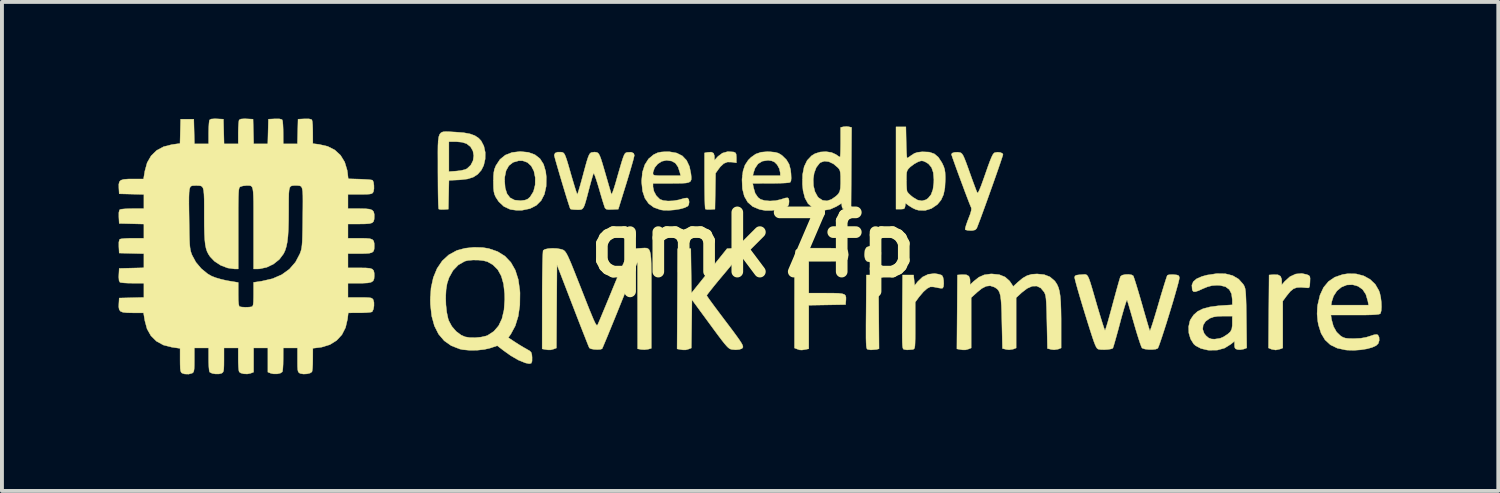
<source format=kicad_pcb>
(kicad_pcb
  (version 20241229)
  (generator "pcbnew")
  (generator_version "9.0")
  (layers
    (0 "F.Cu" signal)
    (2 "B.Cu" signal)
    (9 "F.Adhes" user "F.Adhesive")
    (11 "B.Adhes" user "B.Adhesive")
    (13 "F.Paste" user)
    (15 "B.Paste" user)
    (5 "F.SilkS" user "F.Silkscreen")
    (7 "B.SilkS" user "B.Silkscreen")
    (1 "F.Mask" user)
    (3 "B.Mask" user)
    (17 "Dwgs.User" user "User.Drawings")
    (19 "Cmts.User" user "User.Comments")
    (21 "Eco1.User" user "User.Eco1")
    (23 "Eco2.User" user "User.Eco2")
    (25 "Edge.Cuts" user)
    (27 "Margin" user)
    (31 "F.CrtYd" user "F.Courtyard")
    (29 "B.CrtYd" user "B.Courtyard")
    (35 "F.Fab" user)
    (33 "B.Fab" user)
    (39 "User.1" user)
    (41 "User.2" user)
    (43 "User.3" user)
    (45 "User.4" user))
  (footprint "qmk7fp"
    (layer "F.Cu")
    (at 16.314 3.247)
    (property "Reference" "qmk7fp" (at 0 0 0) (layer "F.SilkS") (effects (font (size 1.524 1.524) (thickness 0.3))))
    (attr through_hole)
    (fp_poly (pts (xy 3.246 2.674) (xy 3.182 2.691) (xy 3.035 2.703) (xy 2.956 2.69) (xy 2.942 2.683) (xy 2.932 2.667) (xy 2.924 2.637) (xy 2.918 2.586) (xy 2.914 2.509) (xy 2.911 2.4) (xy 2.911 2.253) (xy 2.911 2.064) (xy 2.913 1.825) (xy 2.914 1.726) (xy 2.921 0.776) (xy 3.231 0.776) (xy 3.246 2.674)) (stroke (width 0.01) (type solid)) (fill yes) (layer "F.SilkS"))
    (fp_poly (pts (xy 3.195 0.048) (xy 3.267 0.106) (xy 3.296 0.2) (xy 3.293 0.263) (xy 3.272 0.346) (xy 3.238 0.406) (xy 3.228 0.415) (xy 3.153 0.444) (xy 3.055 0.45) (xy 2.963 0.434) (xy 2.924 0.415) (xy 2.89 0.368) (xy 2.875 0.284) (xy 2.874 0.24) (xy 2.886 0.13) (xy 2.927 0.064) (xy 3.007 0.033) (xy 3.082 0.028) (xy 3.195 0.048)) (stroke (width 0.01) (type solid)) (fill yes) (layer "F.SilkS"))
    (fp_poly (pts (xy -0.498 -2.388) (xy -0.496 -2.388) (xy -0.451 -2.37) (xy -0.43 -2.335) (xy -0.424 -2.266) (xy -0.423 -2.24) (xy -0.423 -2.109) (xy -0.535 -2.127) (xy -0.651 -2.13) (xy -0.747 -2.092) (xy -0.837 -2.007) (xy -0.872 -1.961) (xy -0.958 -1.841) (xy -0.974 -0.917) (xy -1.088 -0.909) (xy -1.164 -0.908) (xy -1.215 -0.917) (xy -1.222 -0.921) (xy -1.227 -0.953) (xy -1.232 -1.034) (xy -1.236 -1.157) (xy -1.239 -1.312) (xy -1.241 -1.492) (xy -1.242 -1.652) (xy -1.242 -2.364) (xy -1.168 -2.378) (xy -1.069 -2.385) (xy -1.011 -2.357) (xy -0.989 -2.291) (xy -0.988 -2.269) (xy -0.988 -2.174) (xy -0.896 -2.274) (xy -0.782 -2.359) (xy -0.644 -2.398) (xy -0.498 -2.388)) (stroke (width 0.01) (type solid)) (fill yes) (layer "F.SilkS"))
    (fp_poly (pts (xy 14.249 0.765) (xy 14.3 0.786) (xy 14.326 0.813) (xy 14.334 0.863) (xy 14.331 0.952) (xy 14.331 0.956) (xy 14.325 1.046) (xy 14.313 1.092) (xy 14.29 1.108) (xy 14.252 1.106) (xy 14.102 1.093) (xy 13.991 1.099) (xy 13.904 1.132) (xy 13.824 1.198) (xy 13.737 1.305) (xy 13.712 1.338) (xy 13.631 1.448) (xy 13.631 2.654) (xy 13.559 2.682) (xy 13.45 2.706) (xy 13.345 2.687) (xy 13.328 2.68) (xy 13.264 2.654) (xy 13.279 0.776) (xy 13.401 0.767) (xy 13.508 0.772) (xy 13.572 0.807) (xy 13.601 0.879) (xy 13.604 0.928) (xy 13.605 1.03) (xy 13.681 0.941) (xy 13.816 0.819) (xy 13.964 0.751) (xy 14.121 0.737) (xy 14.249 0.765)) (stroke (width 0.01) (type solid)) (fill yes) (layer "F.SilkS"))
    (fp_poly (pts (xy 4.689 0.741) (xy 4.779 0.756) (xy 4.849 0.778) (xy 4.867 0.789) (xy 4.892 0.836) (xy 4.907 0.913) (xy 4.911 0.999) (xy 4.904 1.074) (xy 4.883 1.114) (xy 4.883 1.114) (xy 4.841 1.118) (xy 4.768 1.107) (xy 4.738 1.1) (xy 4.649 1.083) (xy 4.573 1.081) (xy 4.559 1.084) (xy 4.481 1.125) (xy 4.386 1.21) (xy 4.282 1.333) (xy 4.257 1.366) (xy 4.177 1.476) (xy 4.177 2.075) (xy 4.177 2.274) (xy 4.176 2.423) (xy 4.173 2.53) (xy 4.169 2.602) (xy 4.161 2.648) (xy 4.15 2.673) (xy 4.134 2.685) (xy 4.113 2.692) (xy 3.966 2.703) (xy 3.887 2.69) (xy 3.874 2.683) (xy 3.863 2.667) (xy 3.855 2.637) (xy 3.849 2.586) (xy 3.845 2.509) (xy 3.843 2.4) (xy 3.842 2.253) (xy 3.843 2.064) (xy 3.844 1.825) (xy 3.845 1.726) (xy 3.852 0.776) (xy 4.135 0.776) (xy 4.149 0.911) (xy 4.163 1.045) (xy 4.242 0.946) (xy 4.366 0.828) (xy 4.512 0.758) (xy 4.669 0.739) (xy 4.689 0.741)) (stroke (width 0.01) (type solid)) (fill yes) (layer "F.SilkS"))
    (fp_poly (pts (xy 2 0.086) (xy 2.172 0.089) (xy 2.297 0.095) (xy 2.377 0.104) (xy 2.418 0.116) (xy 2.421 0.119) (xy 2.446 0.174) (xy 2.454 0.256) (xy 2.445 0.338) (xy 2.421 0.389) (xy 2.384 0.404) (xy 2.302 0.414) (xy 2.172 0.42) (xy 1.99 0.423) (xy 1.913 0.423) (xy 1.439 0.423) (xy 1.439 1.242) (xy 1.887 1.242) (xy 2.071 1.243) (xy 2.205 1.247) (xy 2.297 1.258) (xy 2.355 1.277) (xy 2.385 1.308) (xy 2.396 1.354) (xy 2.395 1.417) (xy 2.394 1.43) (xy 2.385 1.538) (xy 1.439 1.554) (xy 1.439 2.674) (xy 1.351 2.692) (xy 1.265 2.706) (xy 1.204 2.703) (xy 1.139 2.681) (xy 1.136 2.68) (xy 1.072 2.655) (xy 1.072 1.414) (xy 1.073 1.113) (xy 1.073 0.864) (xy 1.075 0.661) (xy 1.077 0.5) (xy 1.08 0.375) (xy 1.084 0.283) (xy 1.09 0.216) (xy 1.097 0.172) (xy 1.106 0.144) (xy 1.117 0.129) (xy 1.139 0.114) (xy 1.177 0.103) (xy 1.238 0.095) (xy 1.328 0.089) (xy 1.456 0.086) (xy 1.628 0.085) (xy 1.774 0.085) (xy 2 0.086)) (stroke (width 0.01) (type solid)) (fill yes) (layer "F.SilkS"))
    (fp_poly (pts (xy -0.348 0.099) (xy -0.322 0.123) (xy -0.321 0.127) (xy -0.314 0.156) (xy -0.319 0.19) (xy -0.338 0.234) (xy -0.376 0.295) (xy -0.436 0.377) (xy -0.522 0.485) (xy -0.638 0.626) (xy -0.773 0.787) (xy -0.892 0.929) (xy -0.997 1.057) (xy -1.083 1.165) (xy -1.146 1.246) (xy -1.181 1.294) (xy -1.185 1.303) (xy -1.169 1.332) (xy -1.123 1.399) (xy -1.051 1.498) (xy -0.959 1.623) (xy -0.851 1.767) (xy -0.752 1.899) (xy -0.607 2.09) (xy -0.493 2.242) (xy -0.406 2.361) (xy -0.343 2.45) (xy -0.3 2.516) (xy -0.273 2.564) (xy -0.259 2.599) (xy -0.254 2.627) (xy -0.254 2.633) (xy -0.279 2.668) (xy -0.346 2.691) (xy -0.439 2.7) (xy -0.534 2.692) (xy -0.566 2.685) (xy -0.598 2.671) (xy -0.634 2.644) (xy -0.677 2.6) (xy -0.734 2.534) (xy -0.808 2.44) (xy -0.903 2.314) (xy -1.025 2.149) (xy -1.102 2.044) (xy -1.566 1.412) (xy -1.582 2.655) (xy -1.653 2.682) (xy -1.725 2.702) (xy -1.802 2.702) (xy -1.884 2.689) (xy -1.948 2.677) (xy -1.933 0.099) (xy -1.595 0.099) (xy -1.587 0.67) (xy -1.579 1.241) (xy -0.663 0.099) (xy -0.501 0.09) (xy -0.403 0.089) (xy -0.348 0.099)) (stroke (width 0.01) (type solid)) (fill yes) (layer "F.SilkS"))
    (fp_poly (pts (xy -7.816 -2.91) (xy -7.71 -2.903) (xy -7.65 -2.9) (xy -7.44 -2.884) (xy -7.276 -2.854) (xy -7.149 -2.808) (xy -7.052 -2.743) (xy -6.988 -2.674) (xy -6.918 -2.539) (xy -6.883 -2.378) (xy -6.885 -2.207) (xy -6.922 -2.044) (xy -6.984 -1.92) (xy -7.077 -1.814) (xy -7.192 -1.74) (xy -7.337 -1.694) (xy -7.525 -1.672) (xy -7.556 -1.67) (xy -7.816 -1.658) (xy -7.824 -1.288) (xy -7.832 -0.917) (xy -7.946 -0.909) (xy -8.022 -0.908) (xy -8.073 -0.917) (xy -8.08 -0.921) (xy -8.084 -0.953) (xy -8.089 -1.034) (xy -8.093 -1.159) (xy -8.096 -1.321) (xy -8.098 -1.512) (xy -8.099 -1.726) (xy -8.1 -1.883) (xy -7.818 -1.883) (xy -7.621 -1.897) (xy -7.502 -1.912) (xy -7.403 -1.936) (xy -7.353 -1.958) (xy -7.254 -2.052) (xy -7.196 -2.167) (xy -7.178 -2.293) (xy -7.2 -2.415) (xy -7.262 -2.523) (xy -7.364 -2.603) (xy -7.366 -2.603) (xy -7.479 -2.639) (xy -7.627 -2.653) (xy -7.641 -2.653) (xy -7.818 -2.653) (xy -7.818 -1.883) (xy -8.1 -1.883) (xy -8.1 -1.895) (xy -8.1 -2.163) (xy -8.101 -2.381) (xy -8.099 -2.553) (xy -8.092 -2.684) (xy -8.078 -2.779) (xy -8.054 -2.845) (xy -8.018 -2.885) (xy -7.969 -2.906) (xy -7.902 -2.912) (xy -7.816 -2.91)) (stroke (width 0.01) (type solid)) (fill yes) (layer "F.SilkS"))
    (fp_poly (pts (xy -5.773 -2.379) (xy -5.605 -2.318) (xy -5.475 -2.216) (xy -5.383 -2.072) (xy -5.328 -1.886) (xy -5.312 -1.745) (xy -5.316 -1.504) (xy -5.361 -1.301) (xy -5.445 -1.138) (xy -5.569 -1.014) (xy -5.731 -0.932) (xy -5.931 -0.89) (xy -5.942 -0.889) (xy -6.086 -0.889) (xy -6.221 -0.907) (xy -6.245 -0.913) (xy -6.403 -0.986) (xy -6.535 -1.109) (xy -6.613 -1.228) (xy -6.642 -1.292) (xy -6.66 -1.363) (xy -6.67 -1.456) (xy -6.673 -1.586) (xy -6.673 -1.623) (xy -6.672 -1.657) (xy -6.385 -1.657) (xy -6.37 -1.462) (xy -6.323 -1.314) (xy -6.244 -1.21) (xy -6.13 -1.151) (xy -5.983 -1.136) (xy -5.957 -1.137) (xy -5.858 -1.15) (xy -5.791 -1.177) (xy -5.732 -1.229) (xy -5.726 -1.236) (xy -5.642 -1.371) (xy -5.599 -1.54) (xy -5.596 -1.728) (xy -5.631 -1.897) (xy -5.7 -2.029) (xy -5.798 -2.119) (xy -5.921 -2.162) (xy -6.023 -2.163) (xy -6.167 -2.121) (xy -6.275 -2.036) (xy -6.347 -1.908) (xy -6.382 -1.739) (xy -6.385 -1.657) (xy -6.672 -1.657) (xy -6.671 -1.764) (xy -6.662 -1.865) (xy -6.646 -1.944) (xy -6.617 -2.017) (xy -6.607 -2.04) (xy -6.503 -2.197) (xy -6.366 -2.308) (xy -6.195 -2.375) (xy -5.99 -2.399) (xy -5.98 -2.399) (xy -5.773 -2.379)) (stroke (width 0.01) (type solid)) (fill yes) (layer "F.SilkS"))
    (fp_poly (pts (xy 2.47 -3.036) (xy 2.541 -3.019) (xy 2.533 -1.968) (xy 2.526 -0.917) (xy 2.413 -0.917) (xy 2.34 -0.921) (xy 2.305 -0.941) (xy 2.292 -0.987) (xy 2.291 -0.993) (xy 2.283 -1.068) (xy 2.15 -0.986) (xy 1.994 -0.916) (xy 1.828 -0.886) (xy 1.675 -0.9) (xy 1.531 -0.961) (xy 1.419 -1.062) (xy 1.34 -1.206) (xy 1.292 -1.394) (xy 1.276 -1.559) (xy 1.278 -1.686) (xy 1.554 -1.686) (xy 1.56 -1.521) (xy 1.597 -1.369) (xy 1.665 -1.242) (xy 1.694 -1.209) (xy 1.795 -1.144) (xy 1.909 -1.13) (xy 2.021 -1.168) (xy 2.033 -1.176) (xy 2.132 -1.245) (xy 2.197 -1.306) (xy 2.235 -1.372) (xy 2.252 -1.459) (xy 2.258 -1.581) (xy 2.258 -1.638) (xy 2.257 -1.767) (xy 2.251 -1.854) (xy 2.239 -1.911) (xy 2.217 -1.952) (xy 2.192 -1.982) (xy 2.076 -2.081) (xy 1.956 -2.138) (xy 1.842 -2.152) (xy 1.742 -2.118) (xy 1.716 -2.098) (xy 1.632 -1.989) (xy 1.578 -1.847) (xy 1.554 -1.686) (xy 1.278 -1.686) (xy 1.28 -1.805) (xy 1.32 -2.009) (xy 1.397 -2.17) (xy 1.51 -2.29) (xy 1.599 -2.345) (xy 1.734 -2.387) (xy 1.882 -2.396) (xy 2.024 -2.375) (xy 2.139 -2.323) (xy 2.144 -2.319) (xy 2.202 -2.279) (xy 2.239 -2.258) (xy 2.243 -2.258) (xy 2.248 -2.284) (xy 2.253 -2.357) (xy 2.256 -2.465) (xy 2.258 -2.6) (xy 2.258 -2.638) (xy 2.258 -3.019) (xy 2.328 -3.036) (xy 2.413 -3.043) (xy 2.47 -3.036)) (stroke (width 0.01) (type solid)) (fill yes) (layer "F.SilkS"))
    (fp_poly (pts (xy 0.457 -2.392) (xy 0.573 -2.38) (xy 0.655 -2.358) (xy 0.723 -2.319) (xy 0.757 -2.294) (xy 0.864 -2.189) (xy 0.933 -2.073) (xy 0.971 -1.93) (xy 0.982 -1.829) (xy 0.987 -1.716) (xy 0.981 -1.646) (xy 0.963 -1.611) (xy 0.957 -1.606) (xy 0.916 -1.598) (xy 0.83 -1.59) (xy 0.708 -1.585) (xy 0.561 -1.582) (xy 0.457 -1.581) (xy -0.003 -1.58) (xy 0.017 -1.475) (xy 0.061 -1.323) (xy 0.134 -1.218) (xy 0.201 -1.169) (xy 0.305 -1.138) (xy 0.441 -1.127) (xy 0.586 -1.136) (xy 0.721 -1.167) (xy 0.73 -1.17) (xy 0.832 -1.203) (xy 0.892 -1.21) (xy 0.921 -1.188) (xy 0.931 -1.134) (xy 0.931 -1.104) (xy 0.925 -1.039) (xy 0.899 -0.993) (xy 0.844 -0.958) (xy 0.752 -0.93) (xy 0.624 -0.903) (xy 0.467 -0.881) (xy 0.335 -0.881) (xy 0.201 -0.905) (xy 0.162 -0.915) (xy -0.004 -0.985) (xy -0.131 -1.096) (xy -0.219 -1.248) (xy -0.268 -1.441) (xy -0.278 -1.674) (xy -0.276 -1.705) (xy -0.267 -1.778) (xy -0.001 -1.778) (xy 0.706 -1.778) (xy 0.706 -1.85) (xy 0.683 -1.957) (xy 0.625 -2.062) (xy 0.558 -2.129) (xy 0.488 -2.159) (xy 0.398 -2.173) (xy 0.387 -2.173) (xy 0.245 -2.151) (xy 0.134 -2.083) (xy 0.056 -1.969) (xy 0.018 -1.856) (xy -0.001 -1.778) (xy -0.267 -1.778) (xy -0.252 -1.898) (xy -0.201 -2.052) (xy -0.117 -2.179) (xy -0.046 -2.25) (xy 0.075 -2.335) (xy 0.21 -2.382) (xy 0.374 -2.396) (xy 0.457 -2.392)) (stroke (width 0.01) (type solid)) (fill yes) (layer "F.SilkS"))
    (fp_poly (pts (xy 6.368 -2.375) (xy 6.421 -2.35) (xy 6.435 -2.323) (xy 6.425 -2.288) (xy 6.399 -2.208) (xy 6.359 -2.089) (xy 6.308 -1.94) (xy 6.248 -1.768) (xy 6.182 -1.581) (xy 6.112 -1.385) (xy 6.042 -1.189) (xy 5.974 -1) (xy 5.91 -0.825) (xy 5.854 -0.672) (xy 5.807 -0.549) (xy 5.774 -0.462) (xy 5.756 -0.42) (xy 5.718 -0.384) (xy 5.648 -0.368) (xy 5.603 -0.367) (xy 5.524 -0.372) (xy 5.471 -0.386) (xy 5.462 -0.394) (xy 5.465 -0.43) (xy 5.486 -0.505) (xy 5.521 -0.606) (xy 5.544 -0.665) (xy 5.594 -0.796) (xy 5.619 -0.886) (xy 5.622 -0.942) (xy 5.616 -0.96) (xy 5.597 -1.004) (xy 5.562 -1.09) (xy 5.516 -1.21) (xy 5.461 -1.354) (xy 5.402 -1.514) (xy 5.34 -1.68) (xy 5.279 -1.845) (xy 5.223 -1.999) (xy 5.175 -2.134) (xy 5.137 -2.24) (xy 5.114 -2.309) (xy 5.108 -2.332) (xy 5.133 -2.361) (xy 5.194 -2.379) (xy 5.273 -2.382) (xy 5.33 -2.373) (xy 5.358 -2.361) (xy 5.383 -2.337) (xy 5.411 -2.294) (xy 5.443 -2.224) (xy 5.484 -2.12) (xy 5.537 -1.975) (xy 5.577 -1.862) (xy 5.634 -1.703) (xy 5.686 -1.562) (xy 5.729 -1.447) (xy 5.76 -1.368) (xy 5.776 -1.333) (xy 5.794 -1.344) (xy 5.827 -1.409) (xy 5.875 -1.527) (xy 5.937 -1.699) (xy 5.98 -1.821) (xy 6.046 -2.01) (xy 6.098 -2.151) (xy 6.139 -2.251) (xy 6.171 -2.317) (xy 6.199 -2.355) (xy 6.221 -2.37) (xy 6.295 -2.383) (xy 6.368 -2.375)) (stroke (width 0.01) (type solid)) (fill yes) (layer "F.SilkS"))
    (fp_poly (pts (xy -2.146 -2.394) (xy -1.962 -2.362) (xy -1.815 -2.289) (xy -1.705 -2.174) (xy -1.63 -2.015) (xy -1.592 -1.828) (xy -1.583 -1.742) (xy -1.584 -1.679) (xy -1.602 -1.635) (xy -1.644 -1.607) (xy -1.717 -1.59) (xy -1.828 -1.583) (xy -1.985 -1.581) (xy -2.106 -1.58) (xy -2.568 -1.58) (xy -2.568 -1.489) (xy -2.544 -1.376) (xy -2.483 -1.263) (xy -2.396 -1.176) (xy -2.388 -1.17) (xy -2.302 -1.139) (xy -2.181 -1.126) (xy -2.043 -1.132) (xy -1.906 -1.156) (xy -1.851 -1.172) (xy -1.765 -1.196) (xy -1.698 -1.205) (xy -1.677 -1.202) (xy -1.648 -1.165) (xy -1.638 -1.101) (xy -1.648 -1.034) (xy -1.672 -0.995) (xy -1.752 -0.955) (xy -1.871 -0.922) (xy -2.013 -0.899) (xy -2.159 -0.887) (xy -2.294 -0.889) (xy -2.371 -0.9) (xy -2.544 -0.961) (xy -2.679 -1.06) (xy -2.776 -1.199) (xy -2.836 -1.379) (xy -2.859 -1.602) (xy -2.86 -1.651) (xy -2.842 -1.836) (xy -2.568 -1.836) (xy -2.565 -1.812) (xy -2.55 -1.796) (xy -2.515 -1.786) (xy -2.448 -1.78) (xy -2.343 -1.778) (xy -2.212 -1.778) (xy -1.857 -1.778) (xy -1.875 -1.856) (xy -1.923 -2.002) (xy -1.991 -2.1) (xy -2.085 -2.154) (xy -2.213 -2.173) (xy -2.224 -2.173) (xy -2.341 -2.148) (xy -2.446 -2.08) (xy -2.525 -1.984) (xy -2.566 -1.871) (xy -2.568 -1.836) (xy -2.842 -1.836) (xy -2.838 -1.872) (xy -2.778 -2.06) (xy -2.682 -2.211) (xy -2.551 -2.32) (xy -2.441 -2.371) (xy -2.357 -2.387) (xy -2.243 -2.395) (xy -2.146 -2.394)) (stroke (width 0.01) (type solid)) (fill yes) (layer "F.SilkS"))
    (fp_poly (pts (xy 15.516 0.747) (xy 15.709 0.797) (xy 15.876 0.888) (xy 16.01 1.016) (xy 16.104 1.178) (xy 16.126 1.24) (xy 16.151 1.353) (xy 16.166 1.478) (xy 16.17 1.598) (xy 16.163 1.698) (xy 16.144 1.763) (xy 16.137 1.772) (xy 16.105 1.785) (xy 16.034 1.794) (xy 15.92 1.801) (xy 15.758 1.805) (xy 15.546 1.806) (xy 15.486 1.806) (xy 14.868 1.806) (xy 14.887 1.926) (xy 14.935 2.1) (xy 15.015 2.243) (xy 15.118 2.342) (xy 15.177 2.378) (xy 15.237 2.399) (xy 15.314 2.409) (xy 15.427 2.412) (xy 15.464 2.412) (xy 15.636 2.404) (xy 15.777 2.379) (xy 15.873 2.349) (xy 15.976 2.315) (xy 16.041 2.306) (xy 16.077 2.318) (xy 16.108 2.376) (xy 16.112 2.458) (xy 16.087 2.539) (xy 16.031 2.593) (xy 15.929 2.639) (xy 15.794 2.676) (xy 15.636 2.701) (xy 15.466 2.713) (xy 15.296 2.709) (xy 15.245 2.704) (xy 15.032 2.658) (xy 14.857 2.573) (xy 14.719 2.446) (xy 14.617 2.276) (xy 14.549 2.062) (xy 14.531 1.963) (xy 14.514 1.778) (xy 14.522 1.601) (xy 14.529 1.552) (xy 14.875 1.552) (xy 15.839 1.552) (xy 15.819 1.446) (xy 15.768 1.274) (xy 15.685 1.148) (xy 15.569 1.066) (xy 15.428 1.026) (xy 15.278 1.032) (xy 15.141 1.088) (xy 15.024 1.185) (xy 14.937 1.318) (xy 14.891 1.46) (xy 14.875 1.552) (xy 14.529 1.552) (xy 14.531 1.538) (xy 14.588 1.296) (xy 14.679 1.098) (xy 14.807 0.943) (xy 14.97 0.832) (xy 15.17 0.764) (xy 15.304 0.743) (xy 15.516 0.747)) (stroke (width 0.01) (type solid)) (fill yes) (layer "F.SilkS"))
    (fp_poly (pts (xy 3.945 -2.632) (xy 3.949 -2.488) (xy 3.954 -2.368) (xy 3.96 -2.279) (xy 3.966 -2.234) (xy 3.968 -2.23) (xy 3.998 -2.245) (xy 4.055 -2.285) (xy 4.084 -2.306) (xy 4.156 -2.352) (xy 4.234 -2.378) (xy 4.341 -2.391) (xy 4.371 -2.392) (xy 4.538 -2.385) (xy 4.667 -2.341) (xy 4.771 -2.254) (xy 4.86 -2.118) (xy 4.867 -2.106) (xy 4.908 -2.019) (xy 4.933 -1.943) (xy 4.946 -1.859) (xy 4.951 -1.747) (xy 4.951 -1.683) (xy 4.94 -1.466) (xy 4.905 -1.292) (xy 4.842 -1.153) (xy 4.75 -1.041) (xy 4.742 -1.034) (xy 4.593 -0.933) (xy 4.432 -0.884) (xy 4.266 -0.889) (xy 4.191 -0.909) (xy 4.11 -0.947) (xy 4.025 -1) (xy 4.016 -1.005) (xy 3.927 -1.072) (xy 3.918 -0.995) (xy 3.906 -0.945) (xy 3.875 -0.923) (xy 3.806 -0.917) (xy 3.796 -0.917) (xy 3.683 -0.917) (xy 3.683 -1.662) (xy 3.951 -1.662) (xy 3.953 -1.545) (xy 3.958 -1.446) (xy 3.966 -1.381) (xy 3.969 -1.37) (xy 4 -1.328) (xy 4.062 -1.269) (xy 4.114 -1.226) (xy 4.239 -1.151) (xy 4.352 -1.13) (xy 4.457 -1.161) (xy 4.508 -1.198) (xy 4.584 -1.29) (xy 4.632 -1.421) (xy 4.655 -1.594) (xy 4.657 -1.683) (xy 4.642 -1.857) (xy 4.597 -1.989) (xy 4.518 -2.083) (xy 4.452 -2.125) (xy 4.382 -2.156) (xy 4.328 -2.16) (xy 4.26 -2.138) (xy 4.243 -2.131) (xy 4.151 -2.08) (xy 4.06 -2.012) (xy 4.043 -1.997) (xy 3.999 -1.952) (xy 3.972 -1.91) (xy 3.957 -1.858) (xy 3.952 -1.779) (xy 3.951 -1.662) (xy 3.683 -1.662) (xy 3.683 -3.034) (xy 3.937 -3.034) (xy 3.945 -2.632)) (stroke (width 0.01) (type solid)) (fill yes) (layer "F.SilkS"))
    (fp_poly (pts (xy 7.494 0.767) (xy 7.642 0.824) (xy 7.76 0.924) (xy 7.781 0.95) (xy 7.825 1.018) (xy 7.86 1.096) (xy 7.887 1.193) (xy 7.906 1.315) (xy 7.919 1.469) (xy 7.926 1.662) (xy 7.93 1.902) (xy 7.93 2.012) (xy 7.93 2.654) (xy 7.853 2.684) (xy 7.748 2.7) (xy 7.676 2.691) (xy 7.578 2.667) (xy 7.564 1.99) (xy 7.559 1.774) (xy 7.554 1.607) (xy 7.548 1.482) (xy 7.541 1.389) (xy 7.532 1.323) (xy 7.52 1.274) (xy 7.504 1.236) (xy 7.492 1.214) (xy 7.407 1.111) (xy 7.304 1.061) (xy 7.187 1.064) (xy 7.057 1.121) (xy 6.916 1.229) (xy 6.911 1.234) (xy 6.773 1.362) (xy 6.773 2.654) (xy 6.696 2.684) (xy 6.591 2.7) (xy 6.519 2.691) (xy 6.421 2.667) (xy 6.406 1.99) (xy 6.401 1.753) (xy 6.394 1.565) (xy 6.383 1.421) (xy 6.369 1.312) (xy 6.348 1.233) (xy 6.32 1.176) (xy 6.283 1.134) (xy 6.235 1.101) (xy 6.205 1.085) (xy 6.104 1.053) (xy 6.001 1.065) (xy 5.889 1.123) (xy 5.773 1.217) (xy 5.616 1.36) (xy 5.616 2.654) (xy 5.544 2.682) (xy 5.472 2.702) (xy 5.395 2.702) (xy 5.312 2.689) (xy 5.249 2.677) (xy 5.256 1.727) (xy 5.263 0.776) (xy 5.385 0.767) (xy 5.493 0.772) (xy 5.557 0.807) (xy 5.585 0.879) (xy 5.588 0.926) (xy 5.588 1.027) (xy 5.68 0.94) (xy 5.814 0.834) (xy 5.951 0.773) (xy 6.113 0.75) (xy 6.152 0.749) (xy 6.34 0.768) (xy 6.489 0.828) (xy 6.603 0.929) (xy 6.629 0.966) (xy 6.698 1.071) (xy 6.817 0.961) (xy 6.942 0.857) (xy 7.056 0.792) (xy 7.175 0.758) (xy 7.31 0.749) (xy 7.494 0.767)) (stroke (width 0.01) (type solid)) (fill yes) (layer "F.SilkS"))
    (fp_poly (pts (xy 12.155 0.744) (xy 12.343 0.792) (xy 12.496 0.882) (xy 12.613 1.014) (xy 12.636 1.052) (xy 12.651 1.086) (xy 12.664 1.13) (xy 12.673 1.192) (xy 12.68 1.277) (xy 12.685 1.394) (xy 12.69 1.549) (xy 12.693 1.75) (xy 12.695 1.898) (xy 12.704 2.653) (xy 12.627 2.682) (xy 12.539 2.698) (xy 12.469 2.694) (xy 12.415 2.674) (xy 12.393 2.633) (xy 12.39 2.578) (xy 12.39 2.479) (xy 12.299 2.554) (xy 12.136 2.656) (xy 11.948 2.708) (xy 11.732 2.711) (xy 11.697 2.707) (xy 11.525 2.666) (xy 11.39 2.595) (xy 11.339 2.549) (xy 11.26 2.422) (xy 11.215 2.269) (xy 11.212 2.172) (xy 11.571 2.172) (xy 11.609 2.279) (xy 11.658 2.34) (xy 11.726 2.397) (xy 11.797 2.422) (xy 11.877 2.427) (xy 12.021 2.405) (xy 12.107 2.368) (xy 12.216 2.297) (xy 12.283 2.236) (xy 12.319 2.167) (xy 12.332 2.077) (xy 12.333 2.013) (xy 12.333 1.834) (xy 12.102 1.834) (xy 11.957 1.839) (xy 11.849 1.856) (xy 11.76 1.888) (xy 11.754 1.891) (xy 11.646 1.968) (xy 11.584 2.065) (xy 11.571 2.172) (xy 11.212 2.172) (xy 11.209 2.108) (xy 11.243 1.957) (xy 11.259 1.922) (xy 11.338 1.804) (xy 11.442 1.712) (xy 11.578 1.645) (xy 11.754 1.598) (xy 11.976 1.568) (xy 12.057 1.562) (xy 12.333 1.544) (xy 12.333 1.414) (xy 12.314 1.262) (xy 12.256 1.15) (xy 12.159 1.078) (xy 12.02 1.044) (xy 11.94 1.04) (xy 11.812 1.049) (xy 11.694 1.08) (xy 11.579 1.127) (xy 11.463 1.18) (xy 11.386 1.205) (xy 11.34 1.206) (xy 11.313 1.181) (xy 11.301 1.146) (xy 11.293 1.037) (xy 11.33 0.947) (xy 11.415 0.874) (xy 11.552 0.814) (xy 11.684 0.778) (xy 11.935 0.74) (xy 12.155 0.744)) (stroke (width 0.01) (type solid)) (fill yes) (layer "F.SilkS"))
    (fp_poly (pts (xy -6.95 0.07) (xy -6.792 0.096) (xy -6.564 0.174) (xy -6.375 0.292) (xy -6.224 0.451) (xy -6.11 0.651) (xy -6.033 0.893) (xy -5.993 1.178) (xy -5.989 1.238) (xy -5.993 1.551) (xy -6.034 1.835) (xy -6.111 2.085) (xy -6.224 2.295) (xy -6.234 2.31) (xy -6.29 2.388) (xy -6.115 2.503) (xy -6.007 2.572) (xy -5.896 2.639) (xy -5.814 2.685) (xy -5.738 2.729) (xy -5.7 2.769) (xy -5.684 2.828) (xy -5.678 2.897) (xy -5.679 2.994) (xy -5.7 3.046) (xy -5.752 3.058) (xy -5.845 3.039) (xy -5.862 3.033) (xy -6.032 2.964) (xy -6.225 2.852) (xy -6.412 2.719) (xy -6.573 2.595) (xy -6.749 2.654) (xy -6.905 2.691) (xy -7.09 2.711) (xy -7.282 2.713) (xy -7.458 2.697) (xy -7.539 2.68) (xy -7.757 2.595) (xy -7.938 2.468) (xy -8.083 2.298) (xy -8.19 2.086) (xy -8.26 1.832) (xy -8.293 1.535) (xy -8.296 1.411) (xy -8.292 1.343) (xy -7.9 1.343) (xy -7.894 1.543) (xy -7.873 1.735) (xy -7.838 1.899) (xy -7.82 1.953) (xy -7.742 2.098) (xy -7.632 2.226) (xy -7.503 2.322) (xy -7.4 2.367) (xy -7.281 2.386) (xy -7.137 2.388) (xy -6.991 2.374) (xy -6.866 2.346) (xy -6.822 2.33) (xy -6.663 2.226) (xy -6.54 2.084) (xy -6.453 1.901) (xy -6.4 1.676) (xy -6.381 1.407) (xy -6.384 1.263) (xy -6.411 1.01) (xy -6.47 0.803) (xy -6.561 0.638) (xy -6.687 0.513) (xy -6.826 0.434) (xy -6.925 0.408) (xy -7.055 0.393) (xy -7.195 0.391) (xy -7.322 0.401) (xy -7.408 0.422) (xy -7.576 0.518) (xy -7.712 0.66) (xy -7.814 0.844) (xy -7.864 0.995) (xy -7.89 1.154) (xy -7.9 1.343) (xy -8.292 1.343) (xy -8.277 1.11) (xy -8.218 0.842) (xy -8.122 0.609) (xy -7.99 0.414) (xy -7.823 0.26) (xy -7.623 0.15) (xy -7.6 0.141) (xy -7.401 0.088) (xy -7.176 0.064) (xy -6.95 0.07)) (stroke (width 0.01) (type solid)) (fill yes) (layer "F.SilkS"))
    (fp_poly (pts (xy -2.737 0.084) (xy -2.699 0.096) (xy -2.669 0.124) (xy -2.647 0.172) (xy -2.631 0.244) (xy -2.62 0.345) (xy -2.614 0.479) (xy -2.611 0.652) (xy -2.61 0.868) (xy -2.61 1.132) (xy -2.611 1.414) (xy -2.611 2.663) (xy -2.695 2.686) (xy -2.787 2.697) (xy -2.872 2.692) (xy -2.963 2.675) (xy -2.964 1.556) (xy -2.965 0.437) (xy -3.412 1.546) (xy -3.507 1.782) (xy -3.597 2.002) (xy -3.678 2.2) (xy -3.748 2.371) (xy -3.806 2.509) (xy -3.848 2.609) (xy -3.873 2.665) (xy -3.879 2.675) (xy -3.924 2.69) (xy -4 2.694) (xy -4.087 2.689) (xy -4.162 2.675) (xy -4.204 2.654) (xy -4.205 2.653) (xy -4.22 2.619) (xy -4.253 2.538) (xy -4.301 2.416) (xy -4.363 2.259) (xy -4.436 2.073) (xy -4.517 1.864) (xy -4.605 1.636) (xy -4.633 1.564) (xy -5.038 0.513) (xy -5.052 2.655) (xy -5.125 2.682) (xy -5.197 2.702) (xy -5.274 2.702) (xy -5.355 2.689) (xy -5.419 2.677) (xy -5.418 1.43) (xy -5.418 1.169) (xy -5.416 0.925) (xy -5.413 0.704) (xy -5.41 0.511) (xy -5.406 0.352) (xy -5.401 0.234) (xy -5.396 0.163) (xy -5.393 0.144) (xy -5.347 0.116) (xy -5.262 0.097) (xy -5.155 0.09) (xy -5.043 0.094) (xy -4.946 0.111) (xy -4.91 0.121) (xy -4.88 0.131) (xy -4.852 0.149) (xy -4.825 0.177) (xy -4.795 0.221) (xy -4.76 0.286) (xy -4.719 0.376) (xy -4.667 0.497) (xy -4.604 0.653) (xy -4.526 0.85) (xy -4.43 1.092) (xy -4.373 1.237) (xy -4.279 1.476) (xy -4.203 1.667) (xy -4.142 1.814) (xy -4.096 1.924) (xy -4.061 1.999) (xy -4.035 2.045) (xy -4.016 2.067) (xy -4.003 2.069) (xy -3.992 2.057) (xy -3.991 2.055) (xy -3.973 2.014) (xy -3.935 1.927) (xy -3.883 1.801) (xy -3.817 1.643) (xy -3.741 1.46) (xy -3.657 1.257) (xy -3.599 1.115) (xy -3.504 0.886) (xy -3.416 0.68) (xy -3.337 0.5) (xy -3.27 0.353) (xy -3.217 0.245) (xy -3.181 0.182) (xy -3.173 0.17) (xy -3.124 0.131) (xy -3.064 0.107) (xy -2.973 0.094) (xy -2.914 0.09) (xy -2.844 0.085) (xy -2.785 0.082) (xy -2.737 0.084)) (stroke (width 0.01) (type solid)) (fill yes) (layer "F.SilkS"))
    (fp_poly (pts (xy -4.013 -2.377) (xy -3.987 -2.364) (xy -3.963 -2.339) (xy -3.939 -2.295) (xy -3.911 -2.224) (xy -3.877 -2.119) (xy -3.833 -1.971) (xy -3.797 -1.847) (xy -3.75 -1.685) (xy -3.708 -1.539) (xy -3.673 -1.421) (xy -3.649 -1.338) (xy -3.637 -1.3) (xy -3.625 -1.311) (xy -3.601 -1.368) (xy -3.569 -1.462) (xy -3.531 -1.585) (xy -3.516 -1.639) (xy -3.454 -1.856) (xy -3.405 -2.024) (xy -3.367 -2.151) (xy -3.337 -2.242) (xy -3.313 -2.303) (xy -3.292 -2.342) (xy -3.272 -2.363) (xy -3.25 -2.373) (xy -3.229 -2.378) (xy -3.129 -2.383) (xy -3.067 -2.355) (xy -3.048 -2.304) (xy -3.057 -2.261) (xy -3.079 -2.172) (xy -3.115 -2.046) (xy -3.16 -1.891) (xy -3.213 -1.714) (xy -3.254 -1.58) (xy -3.46 -0.917) (xy -3.619 -0.909) (xy -3.715 -0.907) (xy -3.77 -0.917) (xy -3.799 -0.943) (xy -3.804 -0.951) (xy -3.82 -0.995) (xy -3.848 -1.082) (xy -3.885 -1.203) (xy -3.927 -1.346) (xy -3.952 -1.432) (xy -3.995 -1.576) (xy -4.034 -1.697) (xy -4.065 -1.786) (xy -4.087 -1.835) (xy -4.094 -1.841) (xy -4.108 -1.808) (xy -4.132 -1.73) (xy -4.164 -1.618) (xy -4.201 -1.482) (xy -4.216 -1.425) (xy -4.263 -1.245) (xy -4.3 -1.111) (xy -4.329 -1.018) (xy -4.357 -0.958) (xy -4.386 -0.923) (xy -4.421 -0.907) (xy -4.467 -0.903) (xy -4.527 -0.903) (xy -4.615 -0.907) (xy -4.676 -0.916) (xy -4.694 -0.924) (xy -4.709 -0.963) (xy -4.736 -1.046) (xy -4.774 -1.165) (xy -4.819 -1.31) (xy -4.868 -1.472) (xy -4.919 -1.642) (xy -4.969 -1.81) (xy -5.015 -1.968) (xy -5.055 -2.106) (xy -5.086 -2.216) (xy -5.104 -2.287) (xy -5.108 -2.31) (xy -5.084 -2.36) (xy -5.018 -2.385) (xy -4.923 -2.383) (xy -4.911 -2.381) (xy -4.884 -2.373) (xy -4.862 -2.356) (xy -4.839 -2.323) (xy -4.815 -2.267) (xy -4.785 -2.181) (xy -4.747 -2.056) (xy -4.698 -1.886) (xy -4.683 -1.832) (xy -4.635 -1.668) (xy -4.592 -1.525) (xy -4.556 -1.41) (xy -4.53 -1.332) (xy -4.516 -1.299) (xy -4.515 -1.298) (xy -4.503 -1.324) (xy -4.48 -1.396) (xy -4.447 -1.507) (xy -4.408 -1.646) (xy -4.364 -1.807) (xy -4.36 -1.824) (xy -4.31 -2.008) (xy -4.272 -2.144) (xy -4.241 -2.241) (xy -4.215 -2.305) (xy -4.192 -2.345) (xy -4.169 -2.366) (xy -4.152 -2.375) (xy -4.069 -2.386) (xy -4.013 -2.377)) (stroke (width 0.01) (type solid)) (fill yes) (layer "F.SilkS"))
    (fp_poly (pts (xy 8.568 0.765) (xy 8.595 0.782) (xy 8.621 0.817) (xy 8.648 0.876) (xy 8.679 0.965) (xy 8.717 1.088) (xy 8.765 1.252) (xy 8.826 1.463) (xy 8.852 1.554) (xy 8.906 1.735) (xy 8.955 1.896) (xy 8.997 2.031) (xy 9.03 2.131) (xy 9.052 2.189) (xy 9.059 2.201) (xy 9.071 2.175) (xy 9.095 2.102) (xy 9.129 1.989) (xy 9.17 1.843) (xy 9.217 1.672) (xy 9.255 1.531) (xy 9.306 1.343) (xy 9.353 1.171) (xy 9.394 1.024) (xy 9.427 0.909) (xy 9.45 0.835) (xy 9.459 0.811) (xy 9.502 0.781) (xy 9.578 0.764) (xy 9.665 0.761) (xy 9.742 0.773) (xy 9.785 0.797) (xy 9.799 0.833) (xy 9.827 0.916) (xy 9.865 1.037) (xy 9.911 1.189) (xy 9.963 1.365) (xy 10.005 1.51) (xy 10.058 1.697) (xy 10.107 1.866) (xy 10.149 2.01) (xy 10.182 2.121) (xy 10.204 2.191) (xy 10.212 2.213) (xy 10.223 2.194) (xy 10.247 2.128) (xy 10.283 2.02) (xy 10.327 1.879) (xy 10.378 1.71) (xy 10.433 1.523) (xy 10.489 1.33) (xy 10.542 1.156) (xy 10.588 1.006) (xy 10.625 0.889) (xy 10.651 0.812) (xy 10.664 0.783) (xy 10.705 0.77) (xy 10.78 0.766) (xy 10.826 0.767) (xy 10.91 0.776) (xy 10.952 0.793) (xy 10.969 0.827) (xy 10.972 0.847) (xy 10.965 0.89) (xy 10.944 0.979) (xy 10.91 1.104) (xy 10.866 1.259) (xy 10.815 1.436) (xy 10.758 1.625) (xy 10.698 1.82) (xy 10.639 2.012) (xy 10.581 2.193) (xy 10.528 2.356) (xy 10.482 2.492) (xy 10.446 2.594) (xy 10.421 2.653) (xy 10.415 2.663) (xy 10.364 2.684) (xy 10.279 2.694) (xy 10.179 2.693) (xy 10.087 2.682) (xy 10.022 2.661) (xy 10.009 2.652) (xy 9.991 2.613) (xy 9.96 2.529) (xy 9.92 2.407) (xy 9.873 2.258) (xy 9.823 2.088) (xy 9.807 2.032) (xy 9.757 1.859) (xy 9.712 1.703) (xy 9.674 1.573) (xy 9.645 1.478) (xy 9.628 1.426) (xy 9.626 1.42) (xy 9.614 1.436) (xy 9.591 1.5) (xy 9.558 1.604) (xy 9.518 1.741) (xy 9.472 1.905) (xy 9.444 2.012) (xy 9.396 2.192) (xy 9.351 2.354) (xy 9.313 2.489) (xy 9.283 2.591) (xy 9.264 2.649) (xy 9.258 2.661) (xy 9.216 2.678) (xy 9.137 2.691) (xy 9.043 2.697) (xy 8.953 2.695) (xy 8.891 2.686) (xy 8.87 2.676) (xy 8.85 2.657) (xy 8.829 2.623) (xy 8.803 2.567) (xy 8.772 2.486) (xy 8.733 2.372) (xy 8.684 2.221) (xy 8.623 2.028) (xy 8.548 1.786) (xy 8.545 1.777) (xy 8.479 1.561) (xy 8.419 1.361) (xy 8.367 1.183) (xy 8.325 1.035) (xy 8.295 0.922) (xy 8.279 0.852) (xy 8.276 0.833) (xy 8.289 0.8) (xy 8.324 0.781) (xy 8.396 0.771) (xy 8.446 0.768) (xy 8.496 0.764) (xy 8.535 0.761) (xy 8.568 0.765)) (stroke (width 0.01) (type solid)) (fill yes) (layer "F.SilkS"))
    (fp_poly (pts (xy -13.022 -3.24) (xy -12.855 -3.231) (xy -12.839 -2.596) (xy -12.476 -2.596) (xy -12.468 -2.914) (xy -12.46 -3.231) (xy -12.293 -3.24) (xy -12.18 -3.24) (xy -12.117 -3.224) (xy -12.103 -3.212) (xy -12.093 -3.169) (xy -12.086 -3.084) (xy -12.081 -2.971) (xy -12.08 -2.886) (xy -12.079 -2.596) (xy -11.714 -2.596) (xy -11.706 -2.914) (xy -11.698 -3.231) (xy -11.531 -3.24) (xy -11.418 -3.24) (xy -11.355 -3.224) (xy -11.341 -3.212) (xy -11.331 -3.169) (xy -11.323 -3.084) (xy -11.319 -2.971) (xy -11.318 -2.889) (xy -11.317 -2.603) (xy -11.155 -2.583) (xy -10.935 -2.532) (xy -10.751 -2.438) (xy -10.604 -2.302) (xy -10.498 -2.129) (xy -10.435 -1.921) (xy -10.425 -1.856) (xy -10.407 -1.698) (xy -10.102 -1.689) (xy -9.976 -1.683) (xy -9.872 -1.676) (xy -9.802 -1.667) (xy -9.779 -1.66) (xy -9.757 -1.61) (xy -9.746 -1.529) (xy -9.745 -1.441) (xy -9.758 -1.371) (xy -9.763 -1.359) (xy -9.781 -1.332) (xy -9.809 -1.315) (xy -9.857 -1.305) (xy -9.937 -1.3) (xy -10.06 -1.298) (xy -10.105 -1.298) (xy -10.414 -1.298) (xy -10.414 -0.931) (xy -10.12 -0.931) (xy -9.965 -0.928) (xy -9.858 -0.917) (xy -9.79 -0.892) (xy -9.753 -0.85) (xy -9.738 -0.787) (xy -9.737 -0.744) (xy -9.74 -0.659) (xy -9.756 -0.601) (xy -9.794 -0.565) (xy -9.862 -0.546) (xy -9.97 -0.538) (xy -10.105 -0.536) (xy -10.414 -0.536) (xy -10.414 -0.169) (xy -10.105 -0.169) (xy -9.954 -0.167) (xy -9.852 -0.158) (xy -9.788 -0.137) (xy -9.753 -0.099) (xy -9.739 -0.04) (xy -9.737 0.028) (xy -9.74 0.109) (xy -9.757 0.164) (xy -9.797 0.198) (xy -9.867 0.217) (xy -9.978 0.225) (xy -10.105 0.226) (xy -10.414 0.226) (xy -10.414 0.593) (xy -10.105 0.593) (xy -9.954 0.595) (xy -9.852 0.604) (xy -9.788 0.625) (xy -9.753 0.664) (xy -9.739 0.725) (xy -9.737 0.8) (xy -9.743 0.876) (xy -9.767 0.929) (xy -9.818 0.962) (xy -9.903 0.98) (xy -10.032 0.987) (xy -10.12 0.988) (xy -10.414 0.988) (xy -10.414 1.355) (xy -10.105 1.355) (xy -9.968 1.355) (xy -9.877 1.359) (xy -9.82 1.367) (xy -9.788 1.383) (xy -9.768 1.406) (xy -9.763 1.415) (xy -9.745 1.484) (xy -9.745 1.572) (xy -9.76 1.657) (xy -9.788 1.716) (xy -9.798 1.725) (xy -9.841 1.735) (xy -9.926 1.743) (xy -10.04 1.748) (xy -10.121 1.749) (xy -10.406 1.75) (xy -10.425 1.91) (xy -10.476 2.129) (xy -10.57 2.313) (xy -10.706 2.46) (xy -10.879 2.568) (xy -11.088 2.632) (xy -11.157 2.642) (xy -11.317 2.661) (xy -11.318 2.946) (xy -11.32 3.07) (xy -11.326 3.175) (xy -11.335 3.247) (xy -11.342 3.269) (xy -11.389 3.3) (xy -11.468 3.319) (xy -11.558 3.324) (xy -11.635 3.311) (xy -11.652 3.304) (xy -11.678 3.286) (xy -11.696 3.258) (xy -11.706 3.21) (xy -11.711 3.13) (xy -11.712 3.007) (xy -11.712 2.962) (xy -11.712 2.653) (xy -12.079 2.653) (xy -12.08 2.942) (xy -12.082 3.067) (xy -12.088 3.173) (xy -12.096 3.245) (xy -12.103 3.268) (xy -12.152 3.301) (xy -12.234 3.32) (xy -12.326 3.32) (xy -12.397 3.305) (xy -12.474 3.275) (xy -12.474 2.653) (xy -12.841 2.653) (xy -12.841 3.275) (xy -12.919 3.305) (xy -13.002 3.322) (xy -13.094 3.318) (xy -13.173 3.297) (xy -13.212 3.268) (xy -13.222 3.225) (xy -13.23 3.141) (xy -13.235 3.027) (xy -13.236 2.942) (xy -13.236 2.653) (xy -13.603 2.653) (xy -13.603 2.962) (xy -13.604 3.099) (xy -13.608 3.19) (xy -13.616 3.247) (xy -13.631 3.279) (xy -13.655 3.299) (xy -13.664 3.304) (xy -13.733 3.322) (xy -13.821 3.322) (xy -13.906 3.307) (xy -13.965 3.279) (xy -13.974 3.269) (xy -13.984 3.226) (xy -13.992 3.141) (xy -13.997 3.027) (xy -13.998 2.942) (xy -13.998 2.653) (xy -14.365 2.653) (xy -14.365 2.962) (xy -14.366 3.1) (xy -14.37 3.192) (xy -14.379 3.249) (xy -14.394 3.281) (xy -14.418 3.3) (xy -14.42 3.301) (xy -14.51 3.326) (xy -14.613 3.323) (xy -14.683 3.3) (xy -14.705 3.279) (xy -14.719 3.242) (xy -14.728 3.177) (xy -14.731 3.074) (xy -14.732 2.968) (xy -14.732 2.664) (xy -14.946 2.633) (xy -15.161 2.578) (xy -15.34 2.48) (xy -15.481 2.341) (xy -15.581 2.164) (xy -15.638 1.954) (xy -15.672 1.75) (xy -15.944 1.75) (xy -16.096 1.747) (xy -16.2 1.736) (xy -16.264 1.711) (xy -16.298 1.667) (xy -16.309 1.599) (xy -16.307 1.523) (xy -16.298 1.369) (xy -15.981 1.361) (xy -15.663 1.353) (xy -15.663 0.988) (xy -15.953 0.987) (xy -16.078 0.985) (xy -16.183 0.979) (xy -16.256 0.97) (xy -16.279 0.964) (xy -16.302 0.921) (xy -16.309 0.831) (xy -16.307 0.773) (xy -16.298 0.607) (xy -15.981 0.599) (xy -15.663 0.591) (xy -15.663 0.228) (xy -16.298 0.212) (xy -16.307 0.045) (xy -16.307 -0.068) (xy -16.291 -0.132) (xy -16.279 -0.145) (xy -16.236 -0.155) (xy -16.151 -0.163) (xy -16.038 -0.168) (xy -15.953 -0.169) (xy -15.663 -0.169) (xy -15.663 -0.534) (xy -16.298 -0.55) (xy -16.307 -0.717) (xy -16.307 -0.83) (xy -16.291 -0.894) (xy -16.279 -0.907) (xy -16.236 -0.917) (xy -16.151 -0.925) (xy -16.038 -0.93) (xy -15.953 -0.931) (xy -15.663 -0.931) (xy -15.663 -1.083) (xy -14.505 -1.083) (xy -14.503 -0.885) (xy -14.5 -0.689) (xy -14.497 -0.456) (xy -14.494 -0.271) (xy -14.49 -0.129) (xy -14.485 -0.02) (xy -14.477 0.064) (xy -14.467 0.128) (xy -14.454 0.182) (xy -14.437 0.232) (xy -14.423 0.267) (xy -14.326 0.447) (xy -14.187 0.612) (xy -14.022 0.747) (xy -13.919 0.806) (xy -13.813 0.847) (xy -13.675 0.887) (xy -13.531 0.92) (xy -13.497 0.926) (xy -13.236 0.969) (xy -13.236 1.272) (xy -13.234 1.423) (xy -13.226 1.522) (xy -13.213 1.577) (xy -13.201 1.59) (xy -13.141 1.601) (xy -13.051 1.606) (xy -12.959 1.603) (xy -12.892 1.594) (xy -12.886 1.592) (xy -12.865 1.575) (xy -12.852 1.536) (xy -12.845 1.466) (xy -12.842 1.354) (xy -12.841 1.27) (xy -12.841 0.966) (xy -12.632 0.935) (xy -12.354 0.871) (xy -12.117 0.768) (xy -11.92 0.626) (xy -11.763 0.445) (xy -11.651 0.232) (xy -11.632 0.181) (xy -11.616 0.131) (xy -11.605 0.074) (xy -11.596 0.002) (xy -11.589 -0.092) (xy -11.585 -0.216) (xy -11.581 -0.377) (xy -11.578 -0.583) (xy -11.577 -0.703) (xy -11.574 -0.939) (xy -11.573 -1.125) (xy -11.574 -1.267) (xy -11.579 -1.37) (xy -11.59 -1.441) (xy -11.607 -1.486) (xy -11.632 -1.511) (xy -11.665 -1.521) (xy -11.709 -1.524) (xy -11.745 -1.524) (xy -11.808 -1.524) (xy -11.855 -1.52) (xy -11.889 -1.504) (xy -11.912 -1.471) (xy -11.927 -1.412) (xy -11.935 -1.321) (xy -11.938 -1.192) (xy -11.939 -1.017) (xy -11.939 -0.893) (xy -11.941 -0.622) (xy -11.947 -0.399) (xy -11.958 -0.219) (xy -11.975 -0.073) (xy -11.999 0.045) (xy -12.03 0.144) (xy -12.07 0.23) (xy -12.071 0.231) (xy -12.18 0.376) (xy -12.328 0.494) (xy -12.502 0.578) (xy -12.688 0.618) (xy -12.747 0.621) (xy -12.841 0.621) (xy -12.841 -0.434) (xy -12.841 -0.711) (xy -12.841 -0.937) (xy -12.842 -1.117) (xy -12.846 -1.256) (xy -12.852 -1.36) (xy -12.862 -1.433) (xy -12.877 -1.48) (xy -12.898 -1.508) (xy -12.925 -1.521) (xy -12.96 -1.525) (xy -13.003 -1.524) (xy -13.029 -1.524) (xy -13.113 -1.516) (xy -13.18 -1.496) (xy -13.182 -1.495) (xy -13.196 -1.485) (xy -13.207 -1.469) (xy -13.216 -1.441) (xy -13.223 -1.396) (xy -13.228 -1.328) (xy -13.232 -1.232) (xy -13.234 -1.102) (xy -13.236 -0.932) (xy -13.236 -0.718) (xy -13.236 -0.453) (xy -13.236 -0.422) (xy -13.236 0.621) (xy -13.324 0.621) (xy -13.508 0.596) (xy -13.688 0.527) (xy -13.848 0.422) (xy -13.959 0.306) (xy -14.003 0.24) (xy -14.038 0.171) (xy -14.064 0.091) (xy -14.084 -0.007) (xy -14.097 -0.131) (xy -14.105 -0.289) (xy -14.11 -0.487) (xy -14.111 -0.733) (xy -14.111 -0.766) (xy -14.111 -0.992) (xy -14.112 -1.169) (xy -14.117 -1.301) (xy -14.126 -1.396) (xy -14.142 -1.459) (xy -14.166 -1.497) (xy -14.2 -1.516) (xy -14.246 -1.523) (xy -14.307 -1.524) (xy -14.328 -1.524) (xy -14.38 -1.523) (xy -14.422 -1.52) (xy -14.453 -1.506) (xy -14.476 -1.477) (xy -14.491 -1.426) (xy -14.5 -1.347) (xy -14.504 -1.235) (xy -14.505 -1.083) (xy -15.663 -1.083) (xy -15.663 -1.296) (xy -16.298 -1.312) (xy -16.307 -1.467) (xy -16.308 -1.558) (xy -16.293 -1.621) (xy -16.254 -1.661) (xy -16.183 -1.683) (xy -16.07 -1.692) (xy -15.944 -1.693) (xy -15.672 -1.693) (xy -15.638 -1.898) (xy -15.579 -2.112) (xy -15.477 -2.289) (xy -15.336 -2.427) (xy -15.156 -2.524) (xy -14.947 -2.577) (xy -14.734 -2.607) (xy -14.726 -2.919) (xy -14.718 -3.231) (xy -14.379 -3.231) (xy -14.363 -2.596) (xy -13.998 -2.596) (xy -13.998 -2.886) (xy -13.995 -3.011) (xy -13.989 -3.116) (xy -13.981 -3.189) (xy -13.974 -3.212) (xy -13.932 -3.235) (xy -13.841 -3.242) (xy -13.784 -3.24) (xy -13.617 -3.231) (xy -13.601 -2.596) (xy -13.236 -2.596) (xy -13.236 -2.886) (xy -13.233 -3.011) (xy -13.227 -3.116) (xy -13.219 -3.189) (xy -13.212 -3.212) (xy -13.17 -3.235) (xy -13.079 -3.242) (xy -13.022 -3.24)) (stroke (width 0.01) (type solid)) (fill yes) (layer "F.SilkS")))
  (gr_rect
    (start -3 -3)
    (end 35.489 9.578)
    (stroke (width 0.1) (type default))
    (fill no)
    (layer "Edge.Cuts")))
</source>
